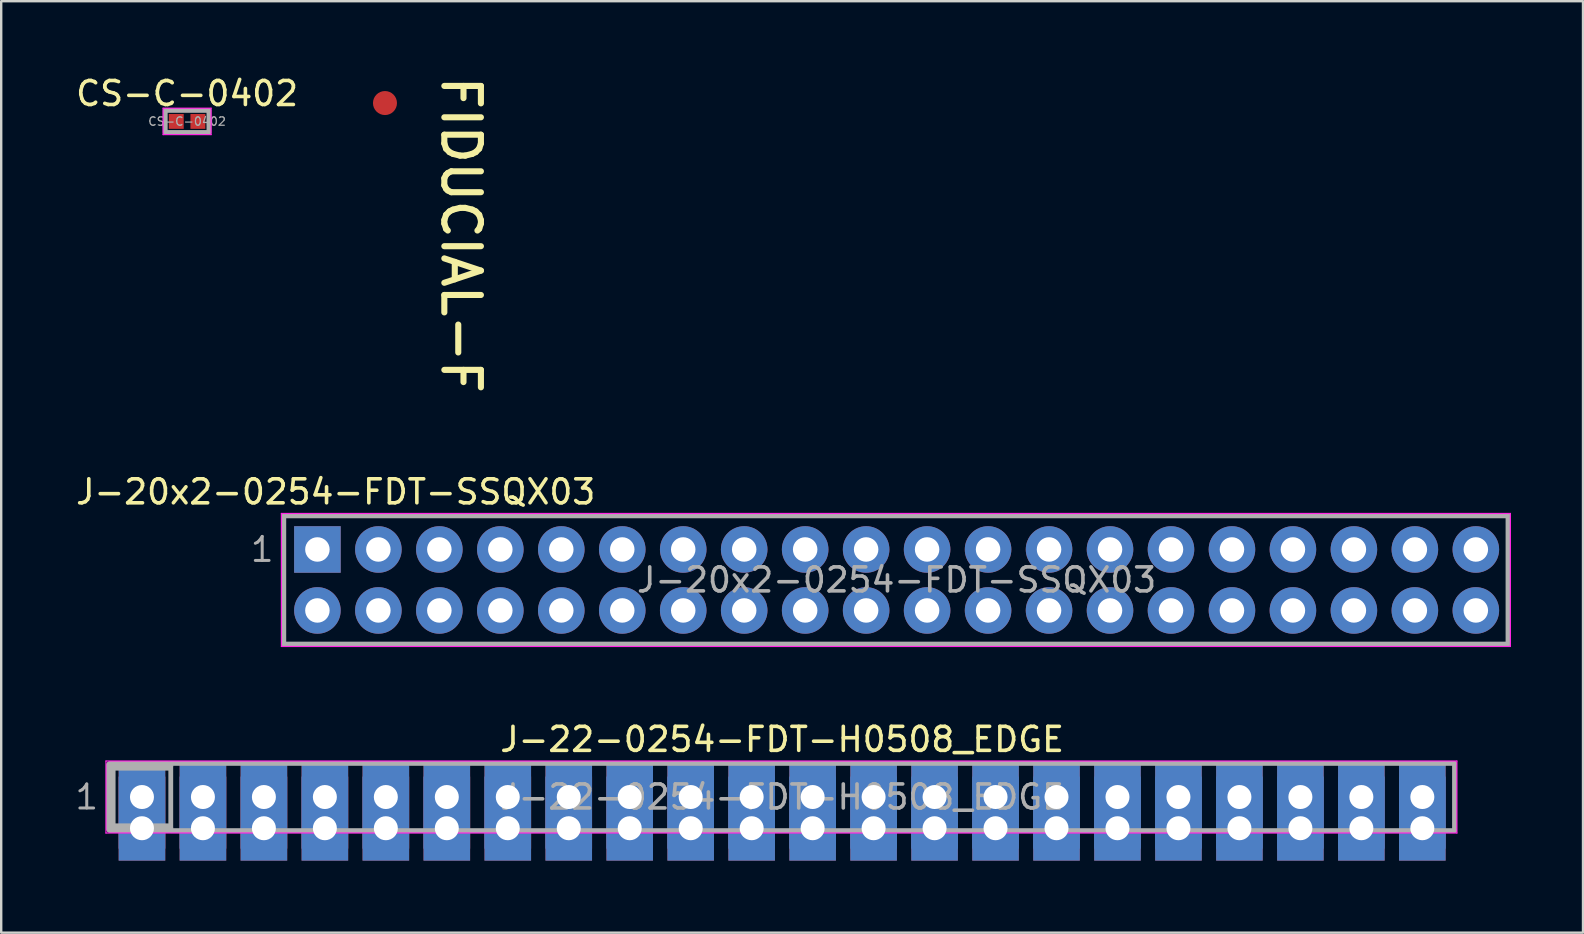
<source format=kicad_pcb>
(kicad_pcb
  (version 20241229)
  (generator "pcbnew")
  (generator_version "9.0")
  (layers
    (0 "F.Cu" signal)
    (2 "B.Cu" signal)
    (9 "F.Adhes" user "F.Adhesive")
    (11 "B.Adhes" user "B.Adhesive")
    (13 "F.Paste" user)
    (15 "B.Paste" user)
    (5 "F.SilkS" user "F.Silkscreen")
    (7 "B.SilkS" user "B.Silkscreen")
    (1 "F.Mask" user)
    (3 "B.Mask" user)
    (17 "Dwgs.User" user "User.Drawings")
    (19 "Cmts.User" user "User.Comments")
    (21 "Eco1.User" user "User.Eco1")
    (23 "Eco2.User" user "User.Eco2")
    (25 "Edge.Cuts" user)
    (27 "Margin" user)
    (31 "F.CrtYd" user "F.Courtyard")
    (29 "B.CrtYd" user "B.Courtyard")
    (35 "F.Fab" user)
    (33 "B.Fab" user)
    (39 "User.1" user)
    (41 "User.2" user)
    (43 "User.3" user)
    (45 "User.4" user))
  (footprint "J-22-0254-FDT-H0508_EDGE"
    (layer "F.Cu")
    (at 29.534 30.154)
    (property "Reference" "J-22-0254-FDT-H0508_EDGE" (at 0 -2.4 0) (layer "F.SilkS") (effects (font (size 1 1) (thickness 0.15))))
    (attr through_hole)
    (fp_line (start -28.17 -1.5) (end -28.17 1.5) (stroke (width 0.05) (type solid)) (layer "F.CrtYd"))
    (fp_line (start -28.17 1.5) (end 28.11 1.5) (stroke (width 0.05) (type solid)) (layer "F.CrtYd"))
    (fp_line (start 28.11 -1.5) (end -28.17 -1.5) (stroke (width 0.05) (type solid)) (layer "F.CrtYd"))
    (fp_line (start 28.11 1.5) (end 28.11 -1.5) (stroke (width 0.05) (type solid)) (layer "F.CrtYd"))
    (fp_line (start -27.97 -1.3) (end -25.57 -1.3) (stroke (width 0.4) (type solid)) (layer "F.Fab"))
    (fp_line (start -27.97 1.3) (end -27.97 -1.3) (stroke (width 0.4) (type solid)) (layer "F.Fab"))
    (fp_line (start -27.97 1.3) (end -25.57 1.3) (stroke (width 0.4) (type solid)) (layer "F.Fab"))
    (fp_line (start -25.47 1.4) (end -25.47 -1.4) (stroke (width 0.2) (type solid)) (layer "F.Fab"))
    (fp_line (start 28.01 -1.4) (end -25.47 -1.4) (stroke (width 0.2) (type solid)) (layer "F.Fab"))
    (fp_line (start 28.01 1.4) (end -25.47 1.4) (stroke (width 0.2) (type solid)) (layer "F.Fab"))
    (fp_line (start 28.01 1.4) (end 28.01 -1.4) (stroke (width 0.2) (type solid)) (layer "F.Fab"))
    (fp_text user "1" (at -28.97 0 180) (layer "F.Fab") (effects (font (size 1 1) (thickness 0.125))))
    (fp_text user "${REFERENCE}" (at 0 0 180) (layer "F.Fab") (effects (font (size 1 1) (thickness 0.15))))
    (pad "1" thru_hole rect (at -26.67 0) (size 1.94 3) (drill 1 (offset 0 0.65)) (property pad_prop_castellated) (layers "*.Cu" "*.Mask"))
    (pad "1" thru_hole rect (at -26.67 1.3) (size 1.94 4) (drill 1 (offset 0 -0.65)) (property pad_prop_castellated) (layers "B.Cu" "B.Mask"))
    (pad "2" thru_hole rect (at -24.13 0) (size 1.94 3) (drill 1 (offset 0 0.65)) (property pad_prop_castellated) (layers "*.Cu" "*.Mask"))
    (pad "2" thru_hole rect (at -24.13 1.3) (size 1.94 4) (drill 1 (offset 0 -0.65)) (property pad_prop_castellated) (layers "B.Cu" "B.Mask"))
    (pad "3" thru_hole rect (at -21.59 0) (size 1.94 3) (drill 1 (offset 0 0.65)) (property pad_prop_castellated) (layers "*.Cu" "*.Mask"))
    (pad "3" thru_hole rect (at -21.59 1.3) (size 1.94 4) (drill 1 (offset 0 -0.65)) (property pad_prop_castellated) (layers "B.Cu" "B.Mask"))
    (pad "4" thru_hole rect (at -19.05 0) (size 1.94 3) (drill 1 (offset 0 0.65)) (property pad_prop_castellated) (layers "*.Cu" "*.Mask"))
    (pad "4" thru_hole rect (at -19.05 1.3) (size 1.94 4) (drill 1 (offset 0 -0.65)) (property pad_prop_castellated) (layers "B.Cu" "B.Mask"))
    (pad "5" thru_hole rect (at -16.51 0) (size 1.94 3) (drill 1 (offset 0 0.65)) (property pad_prop_castellated) (layers "*.Cu" "*.Mask"))
    (pad "5" thru_hole rect (at -16.51 1.3) (size 1.94 4) (drill 1 (offset 0 -0.65)) (property pad_prop_castellated) (layers "B.Cu" "B.Mask"))
    (pad "6" thru_hole rect (at -13.97 0) (size 1.94 3) (drill 1 (offset 0 0.65)) (property pad_prop_castellated) (layers "*.Cu" "*.Mask"))
    (pad "6" thru_hole rect (at -13.97 1.3) (size 1.94 4) (drill 1 (offset 0 -0.65)) (property pad_prop_castellated) (layers "B.Cu" "B.Mask"))
    (pad "7" thru_hole rect (at -11.43 0) (size 1.94 3) (drill 1 (offset 0 0.65)) (property pad_prop_castellated) (layers "*.Cu" "*.Mask"))
    (pad "7" thru_hole rect (at -11.43 1.3) (size 1.94 4) (drill 1 (offset 0 -0.65)) (property pad_prop_castellated) (layers "B.Cu" "B.Mask"))
    (pad "8" thru_hole rect (at -8.89 0) (size 1.94 3) (drill 1 (offset 0 0.65)) (property pad_prop_castellated) (layers "*.Cu" "*.Mask"))
    (pad "8" thru_hole rect (at -8.89 1.3) (size 1.94 4) (drill 1 (offset 0 -0.65)) (property pad_prop_castellated) (layers "B.Cu" "B.Mask"))
    (pad "9" thru_hole rect (at -6.35 0) (size 1.94 3) (drill 1 (offset 0 0.65)) (property pad_prop_castellated) (layers "*.Cu" "*.Mask"))
    (pad "9" thru_hole rect (at -6.35 1.3) (size 1.94 4) (drill 1 (offset 0 -0.65)) (property pad_prop_castellated) (layers "B.Cu" "B.Mask"))
    (pad "10" thru_hole rect (at -3.81 0) (size 1.94 3) (drill 1 (offset 0 0.65)) (property pad_prop_castellated) (layers "*.Cu" "*.Mask"))
    (pad "10" thru_hole rect (at -3.81 1.3) (size 1.94 4) (drill 1 (offset 0 -0.65)) (property pad_prop_castellated) (layers "B.Cu" "B.Mask"))
    (pad "11" thru_hole rect (at -1.27 0) (size 1.94 3) (drill 1 (offset 0 0.65)) (property pad_prop_castellated) (layers "*.Cu" "*.Mask"))
    (pad "11" thru_hole rect (at -1.27 1.3) (size 1.94 4) (drill 1 (offset 0 -0.65)) (property pad_prop_castellated) (layers "B.Cu" "B.Mask"))
    (pad "12" thru_hole rect (at 1.27 0) (size 1.94 3) (drill 1 (offset 0 0.65)) (property pad_prop_castellated) (layers "*.Cu" "*.Mask"))
    (pad "12" thru_hole rect (at 1.27 1.3) (size 1.94 4) (drill 1 (offset 0 -0.65)) (property pad_prop_castellated) (layers "B.Cu" "B.Mask"))
    (pad "13" thru_hole rect (at 3.81 0) (size 1.94 3) (drill 1 (offset 0 0.65)) (property pad_prop_castellated) (layers "*.Cu" "*.Mask"))
    (pad "13" thru_hole rect (at 3.81 1.3) (size 1.94 4) (drill 1 (offset 0 -0.65)) (property pad_prop_castellated) (layers "B.Cu" "B.Mask"))
    (pad "14" thru_hole rect (at 6.35 0) (size 1.94 3) (drill 1 (offset 0 0.65)) (property pad_prop_castellated) (layers "*.Cu" "*.Mask"))
    (pad "14" thru_hole rect (at 6.35 1.3) (size 1.94 4) (drill 1 (offset 0 -0.65)) (property pad_prop_castellated) (layers "B.Cu" "B.Mask"))
    (pad "15" thru_hole rect (at 8.89 0) (size 1.94 3) (drill 1 (offset 0 0.65)) (property pad_prop_castellated) (layers "*.Cu" "*.Mask"))
    (pad "15" thru_hole rect (at 8.89 1.3) (size 1.94 4) (drill 1 (offset 0 -0.65)) (property pad_prop_castellated) (layers "B.Cu" "B.Mask"))
    (pad "16" thru_hole rect (at 11.43 0) (size 1.94 3) (drill 1 (offset 0 0.65)) (property pad_prop_castellated) (layers "*.Cu" "*.Mask"))
    (pad "16" thru_hole rect (at 11.43 1.3) (size 1.94 4) (drill 1 (offset 0 -0.65)) (property pad_prop_castellated) (layers "B.Cu" "B.Mask"))
    (pad "17" thru_hole rect (at 13.97 0) (size 1.94 3) (drill 1 (offset 0 0.65)) (property pad_prop_castellated) (layers "*.Cu" "*.Mask"))
    (pad "17" thru_hole rect (at 13.97 1.3) (size 1.94 4) (drill 1 (offset 0 -0.65)) (property pad_prop_castellated) (layers "B.Cu" "B.Mask"))
    (pad "18" thru_hole rect (at 16.51 0) (size 1.94 3) (drill 1 (offset 0 0.65)) (property pad_prop_castellated) (layers "*.Cu" "*.Mask"))
    (pad "18" thru_hole rect (at 16.51 1.3) (size 1.94 4) (drill 1 (offset 0 -0.65)) (property pad_prop_castellated) (layers "B.Cu" "B.Mask"))
    (pad "19" thru_hole rect (at 19.05 0) (size 1.94 3) (drill 1 (offset 0 0.65)) (property pad_prop_castellated) (layers "*.Cu" "*.Mask"))
    (pad "19" thru_hole rect (at 19.05 1.3) (size 1.94 4) (drill 1 (offset 0 -0.65)) (property pad_prop_castellated) (layers "B.Cu" "B.Mask"))
    (pad "20" thru_hole rect (at 21.59 0) (size 1.94 3) (drill 1 (offset 0 0.65)) (property pad_prop_castellated) (layers "*.Cu" "*.Mask"))
    (pad "20" thru_hole rect (at 21.59 1.3) (size 1.94 4) (drill 1 (offset 0 -0.65)) (property pad_prop_castellated) (layers "B.Cu" "B.Mask"))
    (pad "21" thru_hole rect (at 24.13 0) (size 1.94 3) (drill 1 (offset 0 0.65)) (property pad_prop_castellated) (layers "*.Cu" "*.Mask"))
    (pad "21" thru_hole rect (at 24.13 1.3) (size 1.94 4) (drill 1 (offset 0 -0.65)) (property pad_prop_castellated) (layers "B.Cu" "B.Mask"))
    (pad "22" thru_hole rect (at 26.67 0) (size 1.94 3) (drill 1 (offset 0 0.65)) (property pad_prop_castellated) (layers "*.Cu" "*.Mask"))
    (pad "22" thru_hole rect (at 26.67 1.3) (size 1.94 4) (drill 1 (offset 0 -0.65)) (property pad_prop_castellated) (layers "B.Cu" "B.Mask")))
  (footprint "J-20x2-0254-FDT-SSQX03"
    (layer "F.Cu")
    (at 34.303 21.111)
    (property "Reference" "J-20x2-0254-FDT-SSQX03" (at -23.368 -3.67 0) (layer "F.SilkS") (effects (font (size 1 1) (thickness 0.15))))
    (attr through_hole)
    (fp_line (start -25.63 -2.77) (end -25.63 2.77) (stroke (width 0.05) (type solid)) (layer "F.CrtYd"))
    (fp_line (start -25.63 2.77) (end 25.57 2.77) (stroke (width 0.05) (type solid)) (layer "F.CrtYd"))
    (fp_line (start 25.57 -2.77) (end -25.63 -2.77) (stroke (width 0.05) (type solid)) (layer "F.CrtYd"))
    (fp_line (start 25.57 2.77) (end 25.57 -2.77) (stroke (width 0.05) (type solid)) (layer "F.CrtYd"))
    (fp_line (start -25.53 2.67) (end -25.53 -2.67) (stroke (width 0.2) (type solid)) (layer "F.Fab"))
    (fp_line (start 25.47 -2.67) (end -25.53 -2.67) (stroke (width 0.2) (type solid)) (layer "F.Fab"))
    (fp_line (start 25.47 2.67) (end -25.53 2.67) (stroke (width 0.2) (type solid)) (layer "F.Fab"))
    (fp_line (start 25.47 2.67) (end 25.47 -2.67) (stroke (width 0.2) (type solid)) (layer "F.Fab"))
    (fp_text user "1" (at -26.43 -1.27 180) (layer "F.Fab") (effects (font (size 1 1) (thickness 0.125))))
    (fp_text user "${REFERENCE}" (at 0 0 180) (layer "F.Fab") (effects (font (size 1 1) (thickness 0.15))))
    (pad "1" thru_hole rect (at -24.13 -1.27) (size 1.94 1.94) (drill 1.02) (property pad_prop_castellated) (layers "*.Cu" "*.Mask"))
    (pad "2" thru_hole circle (at -24.13 1.27) (size 1.94 1.94) (drill 1.02) (property pad_prop_castellated) (layers "*.Cu" "*.Mask"))
    (pad "3" thru_hole circle (at -21.59 -1.27) (size 1.94 1.94) (drill 1.02) (property pad_prop_castellated) (layers "*.Cu" "*.Mask"))
    (pad "4" thru_hole circle (at -21.59 1.27) (size 1.94 1.94) (drill 1.02) (property pad_prop_castellated) (layers "*.Cu" "*.Mask"))
    (pad "5" thru_hole circle (at -19.05 -1.27) (size 1.94 1.94) (drill 1.02) (property pad_prop_castellated) (layers "*.Cu" "*.Mask"))
    (pad "6" thru_hole circle (at -19.05 1.27) (size 1.94 1.94) (drill 1.02) (property pad_prop_castellated) (layers "*.Cu" "*.Mask"))
    (pad "7" thru_hole circle (at -16.51 -1.27) (size 1.94 1.94) (drill 1.02) (property pad_prop_castellated) (layers "*.Cu" "*.Mask"))
    (pad "8" thru_hole circle (at -16.51 1.27) (size 1.94 1.94) (drill 1.02) (property pad_prop_castellated) (layers "*.Cu" "*.Mask"))
    (pad "9" thru_hole circle (at -13.97 -1.27) (size 1.94 1.94) (drill 1.02) (property pad_prop_castellated) (layers "*.Cu" "*.Mask"))
    (pad "10" thru_hole circle (at -13.97 1.27) (size 1.94 1.94) (drill 1.02) (property pad_prop_castellated) (layers "*.Cu" "*.Mask"))
    (pad "11" thru_hole circle (at -11.43 -1.27) (size 1.94 1.94) (drill 1.02) (property pad_prop_castellated) (layers "*.Cu" "*.Mask"))
    (pad "12" thru_hole circle (at -11.43 1.27) (size 1.94 1.94) (drill 1.02) (property pad_prop_castellated) (layers "*.Cu" "*.Mask"))
    (pad "13" thru_hole circle (at -8.89 -1.27) (size 1.94 1.94) (drill 1.02) (property pad_prop_castellated) (layers "*.Cu" "*.Mask"))
    (pad "14" thru_hole circle (at -8.89 1.27) (size 1.94 1.94) (drill 1.02) (property pad_prop_castellated) (layers "*.Cu" "*.Mask"))
    (pad "15" thru_hole circle (at -6.35 -1.27) (size 1.94 1.94) (drill 1.02) (property pad_prop_castellated) (layers "*.Cu" "*.Mask"))
    (pad "16" thru_hole circle (at -6.35 1.27) (size 1.94 1.94) (drill 1.02) (property pad_prop_castellated) (layers "*.Cu" "*.Mask"))
    (pad "17" thru_hole circle (at -3.81 -1.27) (size 1.94 1.94) (drill 1.02) (property pad_prop_castellated) (layers "*.Cu" "*.Mask"))
    (pad "18" thru_hole circle (at -3.81 1.27) (size 1.94 1.94) (drill 1.02) (property pad_prop_castellated) (layers "*.Cu" "*.Mask"))
    (pad "19" thru_hole circle (at -1.27 -1.27) (size 1.94 1.94) (drill 1.02) (property pad_prop_castellated) (layers "*.Cu" "*.Mask"))
    (pad "20" thru_hole circle (at -1.27 1.27) (size 1.94 1.94) (drill 1.02) (property pad_prop_castellated) (layers "*.Cu" "*.Mask"))
    (pad "21" thru_hole circle (at 1.27 -1.27) (size 1.94 1.94) (drill 1.02) (property pad_prop_castellated) (layers "*.Cu" "*.Mask"))
    (pad "22" thru_hole circle (at 1.27 1.27) (size 1.94 1.94) (drill 1.02) (property pad_prop_castellated) (layers "*.Cu" "*.Mask"))
    (pad "23" thru_hole circle (at 3.81 -1.27) (size 1.94 1.94) (drill 1.02) (property pad_prop_castellated) (layers "*.Cu" "*.Mask"))
    (pad "24" thru_hole circle (at 3.81 1.27) (size 1.94 1.94) (drill 1.02) (property pad_prop_castellated) (layers "*.Cu" "*.Mask"))
    (pad "25" thru_hole circle (at 6.35 -1.27) (size 1.94 1.94) (drill 1.02) (property pad_prop_castellated) (layers "*.Cu" "*.Mask"))
    (pad "26" thru_hole circle (at 6.35 1.27) (size 1.94 1.94) (drill 1.02) (property pad_prop_castellated) (layers "*.Cu" "*.Mask"))
    (pad "27" thru_hole circle (at 8.89 -1.27) (size 1.94 1.94) (drill 1.02) (property pad_prop_castellated) (layers "*.Cu" "*.Mask"))
    (pad "28" thru_hole circle (at 8.89 1.27) (size 1.94 1.94) (drill 1.02) (property pad_prop_castellated) (layers "*.Cu" "*.Mask"))
    (pad "29" thru_hole circle (at 11.43 -1.27) (size 1.94 1.94) (drill 1.02) (property pad_prop_castellated) (layers "*.Cu" "*.Mask"))
    (pad "30" thru_hole circle (at 11.43 1.27) (size 1.94 1.94) (drill 1.02) (property pad_prop_castellated) (layers "*.Cu" "*.Mask"))
    (pad "31" thru_hole circle (at 13.97 -1.27) (size 1.94 1.94) (drill 1.02) (property pad_prop_castellated) (layers "*.Cu" "*.Mask"))
    (pad "32" thru_hole circle (at 13.97 1.27) (size 1.94 1.94) (drill 1.02) (property pad_prop_castellated) (layers "*.Cu" "*.Mask"))
    (pad "33" thru_hole circle (at 16.51 -1.27) (size 1.94 1.94) (drill 1.02) (property pad_prop_castellated) (layers "*.Cu" "*.Mask"))
    (pad "34" thru_hole circle (at 16.51 1.27) (size 1.94 1.94) (drill 1.02) (property pad_prop_castellated) (layers "*.Cu" "*.Mask"))
    (pad "35" thru_hole circle (at 19.05 -1.27) (size 1.94 1.94) (drill 1.02) (property pad_prop_castellated) (layers "*.Cu" "*.Mask"))
    (pad "36" thru_hole circle (at 19.05 1.27) (size 1.94 1.94) (drill 1.02) (property pad_prop_castellated) (layers "*.Cu" "*.Mask"))
    (pad "37" thru_hole circle (at 21.59 -1.27) (size 1.94 1.94) (drill 1.02) (property pad_prop_castellated) (layers "*.Cu" "*.Mask"))
    (pad "38" thru_hole circle (at 21.59 1.27) (size 1.94 1.94) (drill 1.02) (property pad_prop_castellated) (layers "*.Cu" "*.Mask"))
    (pad "39" thru_hole circle (at 24.13 -1.27) (size 1.94 1.94) (drill 1.02) (property pad_prop_castellated) (layers "*.Cu" "*.Mask"))
    (pad "40" thru_hole circle (at 24.13 1.27) (size 1.94 1.94) (drill 1.02) (property pad_prop_castellated) (layers "*.Cu" "*.Mask")))
  (footprint "CS-C-0402"
    (layer "F.Cu")
    (at 4.744 2.008)
    (property "Reference" "CS-C-0402" (at 0 -1.16 0) (layer "F.SilkS") (effects (font (size 1 1) (thickness 0.15))))
    (attr smd)
    (fp_line (start -1 -0.55) (end 1 -0.55) (stroke (width 0.05) (type solid)) (layer "F.CrtYd"))
    (fp_line (start -1 0.55) (end -1 -0.55) (stroke (width 0.05) (type solid)) (layer "F.CrtYd"))
    (fp_line (start 1 -0.55) (end 1 0.55) (stroke (width 0.05) (type solid)) (layer "F.CrtYd"))
    (fp_line (start 1 0.55) (end -1 0.55) (stroke (width 0.05) (type solid)) (layer "F.CrtYd"))
    (fp_line (start -0.91 0.46) (end -0.91 -0.46) (stroke (width 0.2) (type solid)) (layer "F.Fab"))
    (fp_line (start -0.9 -0.46) (end 0.9 -0.46) (stroke (width 0.2) (type solid)) (layer "F.Fab"))
    (fp_line (start 0.9 0.46) (end -0.9 0.46) (stroke (width 0.2) (type solid)) (layer "F.Fab"))
    (fp_line (start 0.91 -0.46) (end 0.91 0.46) (stroke (width 0.2) (type solid)) (layer "F.Fab"))
    (fp_text user "${REFERENCE}" (at 0 0 0) (layer "F.Fab") (effects (font (size 0.35 0.35) (thickness 0.05))))
    (pad "1" smd rect (at -0.45 0) (size 0.62 0.62) (layers "F.Cu" "F.Mask" "F.Paste"))
    (pad "2" smd rect (at 0.45 0) (size 0.62 0.62) (layers "F.Cu" "F.Mask" "F.Paste")))
  (footprint "FIDUCIAL-F"
    (layer "F.Cu")
    (at 12.988 1.308)
    (property "Reference" "FIDUCIAL-F" (at 2.273 -1.308 270) (unlocked yes) (layer "F.SilkS") (effects (font (size 1.524 1.524) (thickness 0.254)) (justify left bottom)))
    (pad "" smd circle (at 0 -0.065) (size 1 1) (layers "F.Cu" "F.Mask" "F.Paste")))
  (gr_rect
    (start -3 -3)
    (end 62.898 35.804)
    (stroke (width 0.1) (type default))
    (fill no)
    (layer "Edge.Cuts")))
</source>
